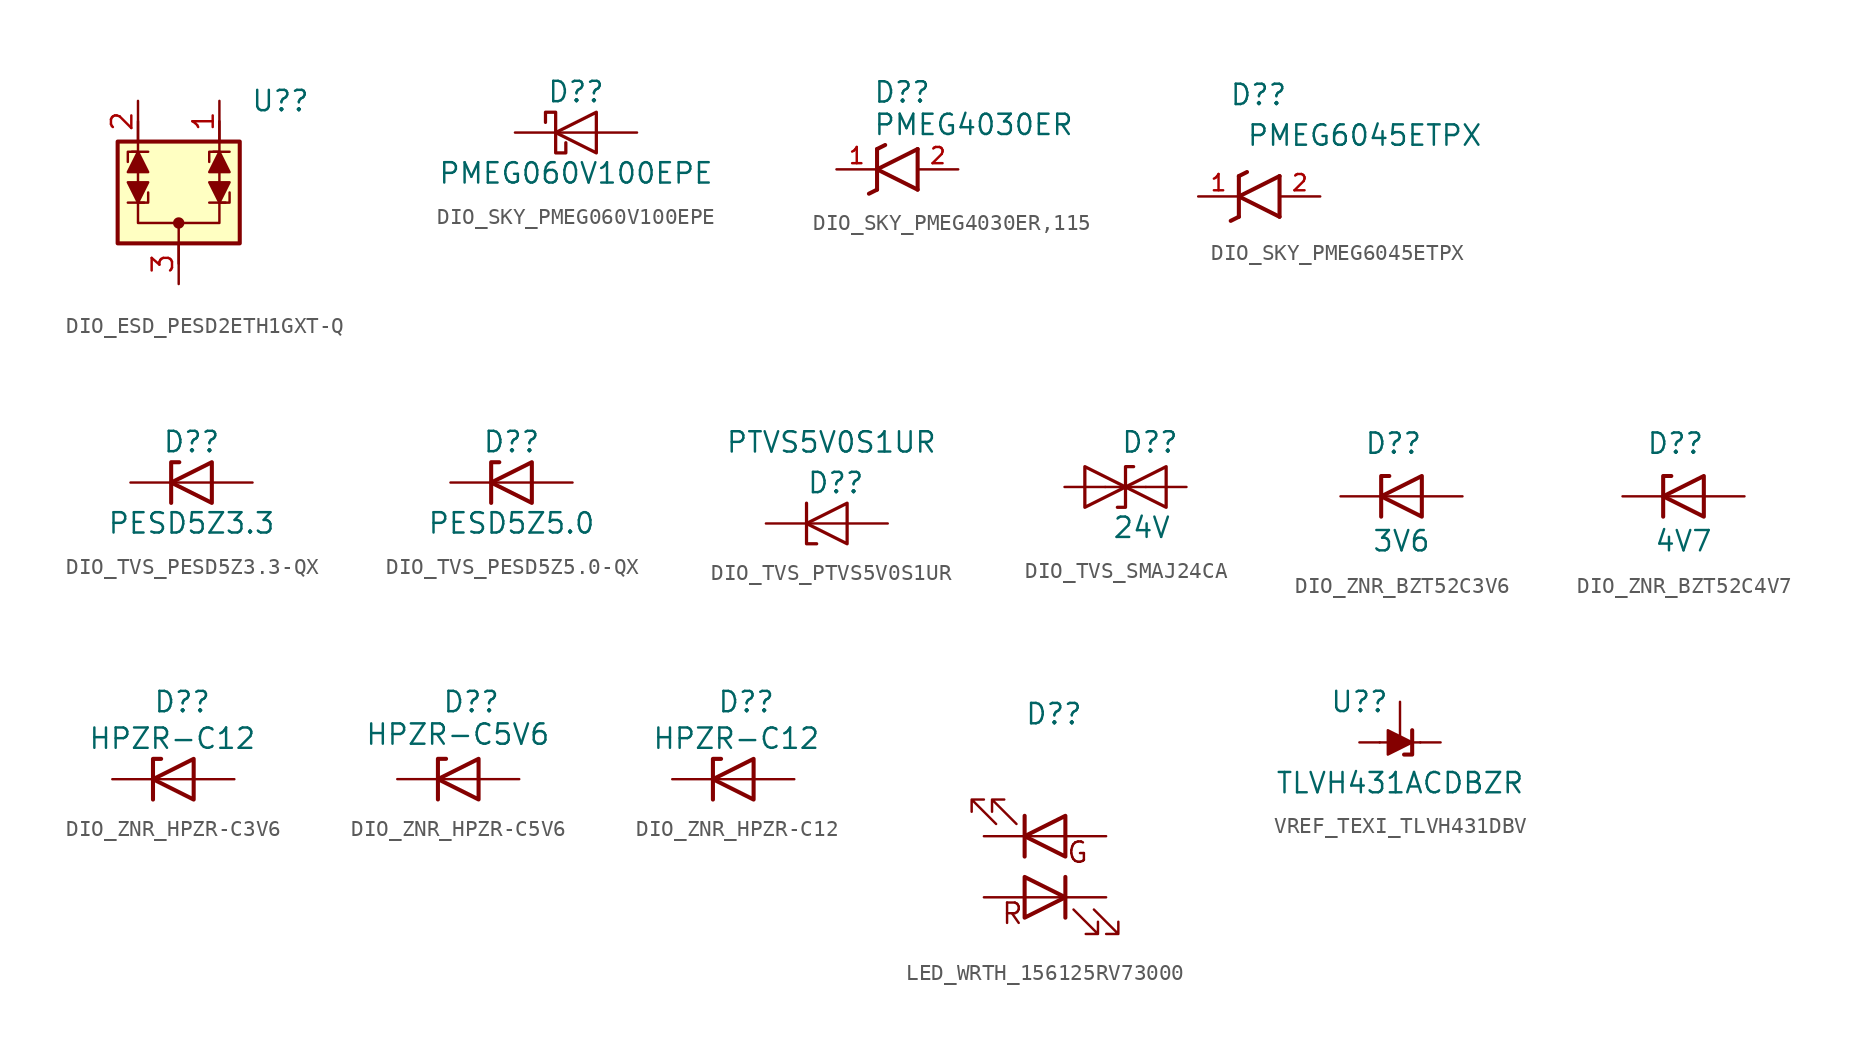
<source format=kicad_sym>
(kicad_symbol_lib
  (version 20231120)
  (generator "kicad_symbol_editor")
  (generator_version "8.0")
  (symbol "DIO_ESD_PESD2ETH1GXT-Q"
    (property "Reference" "U?"
      (at 6.35 6.35 0)
      (effects (font (size 1.27 1.27))))
    (property "Value" ""
      (at 0 0 0)
      (effects (font (size 1.27 1.27))))
    (symbol "DIO_ESD_PESD2ETH1GXT-Q_0_1"
      (rectangle (start -3.81 3.81) (end 3.81 -2.54) (stroke (width 0.254) (type default)) (fill (type background)))
      (circle (center 0 -1.27) (radius 0.279) (stroke (width 0) (type default)) (fill (type outline)))
      (polyline (pts (xy -3.175 0) (xy -2.159 0)) (stroke (width 0) (type default)) (fill (type none)))
      (polyline (pts (xy -1.905 3.175) (xy -2.921 3.175)) (stroke (width 0) (type default)) (fill (type none)))
      (polyline (pts (xy 0 -3.81) (xy 0 -1.27)) (stroke (width 0) (type default)) (fill (type none)))
      (polyline (pts (xy 1.905 0) (xy 2.921 0)) (stroke (width 0) (type default)) (fill (type none)))
      (polyline (pts (xy 3.175 3.175) (xy 2.159 3.175)) (stroke (width 0) (type default)) (fill (type none)))
      (polyline (pts (xy -2.54 0) (xy -1.905 0) (xy -1.905 0.635)) (stroke (width 0) (type default)) (fill (type none)))
      (polyline (pts (xy -2.54 3.175) (xy -3.175 3.175) (xy -3.175 2.54)) (stroke (width 0) (type default)) (fill (type none)))
      (polyline (pts (xy 2.54 0) (xy 3.175 0) (xy 3.175 0.635)) (stroke (width 0) (type default)) (fill (type none)))
      (polyline (pts (xy 2.54 3.175) (xy 1.905 3.175) (xy 1.905 2.54)) (stroke (width 0) (type default)) (fill (type none)))
      (polyline (pts (xy -2.54 5.08) (xy -2.54 -1.27) (xy 2.54 -1.27) (xy 2.54 5.08)) (stroke (width 0) (type default)) (fill (type none))))
    (symbol "DIO_ESD_PESD2ETH1GXT-Q_1_1"
      (polyline (pts (xy -3.175 1.27) (xy -1.905 1.27) (xy -2.54 0) (xy -3.175 1.27)) (stroke (width 0) (type default)) (fill (type outline)))
      (polyline (pts (xy -1.905 1.905) (xy -3.175 1.905) (xy -2.54 3.175) (xy -1.905 1.905)) (stroke (width 0) (type default)) (fill (type outline)))
      (polyline (pts (xy 1.905 1.27) (xy 3.175 1.27) (xy 2.54 0) (xy 1.905 1.27)) (stroke (width 0) (type default)) (fill (type outline)))
      (polyline (pts (xy 3.175 1.905) (xy 1.905 1.905) (xy 2.54 3.175) (xy 3.175 1.905)) (stroke (width 0) (type default)) (fill (type outline)))
      (pin passive line (at 2.54 6.35 270) (length 2.54) (name "" (effects (font (size 1.27 1.27)))) (number "1" (effects (font (size 1.27 1.27)))))
      (pin passive line (at -2.54 6.35 270) (length 2.54) (name "" (effects (font (size 1.27 1.27)))) (number "2" (effects (font (size 1.27 1.27)))))
      (pin passive line (at 0 -5.08 90) (length 2.54) (name "" (effects (font (size 1.27 1.27)))) (number "3" (effects (font (size 1.27 1.27)))))))
  (symbol "DIO_SKY_PMEG060V100EPE"
    (pin_numbers hide)
    (pin_names hide)
    (property "Reference" "D?"
      (at 0 2.54 0)
      (effects (font (size 1.27 1.27))))
    (property "Value" "PMEG060V100EPE"
      (at 0 -2.54 0)
      (effects (font (size 1.27 1.27))))
    (symbol "DIO_SKY_PMEG060V100EPE_0_1"
      (polyline (pts (xy 1.27 0) (xy -1.27 0)) (stroke (width 0) (type default)) (fill (type none)))
      (polyline (pts (xy 1.27 1.27) (xy 1.27 -1.27) (xy -1.27 0) (xy 1.27 1.27)) (stroke (width 0.203) (type default)) (fill (type none)))
      (polyline (pts (xy -1.905 0.635) (xy -1.905 1.27) (xy -1.27 1.27) (xy -1.27 -1.27) (xy -0.635 -1.27) (xy -0.635 -0.635)) (stroke (width 0.203) (type default)) (fill (type none))))
    (symbol "DIO_SKY_PMEG060V100EPE_1_1"
      (pin passive line (at 3.81 0 180) (length 2.54) (name "A" (effects (font (size 1.27 1.27)))) (number "1" (effects (font (size 1.27 1.27)))))
      (pin passive line (at 3.81 0 180) (length 2.54) hide (name "A" (effects (font (size 1.27 1.27)))) (number "2" (effects (font (size 1.27 1.27)))))
      (pin passive line (at -3.81 0 0) (length 2.54) (name "K" (effects (font (size 1.27 1.27)))) (number "3" (effects (font (size 1.27 1.27)))))))
  (symbol "DIO_SKY_PMEG4030ER,115"
    (pin_names
      (offset 1.016))
    (property "Reference" "D?"
      (at -1.524 4.826 0)
      (effects (font (size 1.27 1.27)) (justify left)))
    (property "Value" "PMEG4030ER"
      (at -1.524 2.794 0)
      (effects (font (size 1.27 1.27)) (justify left)))
    (symbol "DIO_SKY_PMEG4030ER,115_0_0"
      (polyline (pts (xy -1.27 -1.27) (xy -1.778 -1.524)) (stroke (width 0.254) (type default)) (fill (type none)))
      (polyline (pts (xy -1.27 -1.27) (xy -1.27 0)) (stroke (width 0.254) (type default)) (fill (type none)))
      (polyline (pts (xy -1.27 0) (xy -1.27 1.27)) (stroke (width 0.254) (type default)) (fill (type none)))
      (polyline (pts (xy -1.27 0) (xy 1.27 -1.27)) (stroke (width 0.254) (type default)) (fill (type none)))
      (polyline (pts (xy -1.27 1.27) (xy -0.762 1.524)) (stroke (width 0.254) (type default)) (fill (type none)))
      (polyline (pts (xy 1.27 -1.27) (xy 1.27 1.27)) (stroke (width 0.254) (type default)) (fill (type none)))
      (polyline (pts (xy 1.27 1.27) (xy -1.27 0)) (stroke (width 0.254) (type default)) (fill (type none))))
    (symbol "DIO_SKY_PMEG4030ER,115_1_0"
      (pin passive line (at -3.81 0 0) (length 2.54) (name "~" (effects (font (size 1.016 1.016)))) (number "1" (effects (font (size 1.016 1.016)))))
      (pin passive line (at 3.81 0 180) (length 2.54) (name "~" (effects (font (size 1.016 1.016)))) (number "2" (effects (font (size 1.016 1.016)))) (alternate "2" passive line))))
  (symbol "DIO_SKY_PMEG6045ETPX"
    (pin_names
      (offset 1.016))
    (property "Reference" "D?"
      (at 1.778 6.35 0)
      (effects (font (size 1.27 1.27)) (justify right)))
    (property "Value" "PMEG6045ETPX"
      (at 13.97 3.81 0)
      (effects (font (size 1.27 1.27)) (justify right)))
    (symbol "DIO_SKY_PMEG6045ETPX_0_0"
      (polyline (pts (xy -1.27 -1.27) (xy -1.778 -1.524)) (stroke (width 0.254) (type default)) (fill (type none)))
      (polyline (pts (xy -1.27 -1.27) (xy -1.27 0)) (stroke (width 0.254) (type default)) (fill (type none)))
      (polyline (pts (xy -1.27 0) (xy -1.27 1.27)) (stroke (width 0.254) (type default)) (fill (type none)))
      (polyline (pts (xy -1.27 0) (xy 1.27 -1.27)) (stroke (width 0.254) (type default)) (fill (type none)))
      (polyline (pts (xy -1.27 1.27) (xy -0.762 1.524)) (stroke (width 0.254) (type default)) (fill (type none)))
      (polyline (pts (xy 1.27 -1.27) (xy 1.27 1.27)) (stroke (width 0.254) (type default)) (fill (type none)))
      (polyline (pts (xy 1.27 1.27) (xy -1.27 0)) (stroke (width 0.254) (type default)) (fill (type none))))
    (symbol "DIO_SKY_PMEG6045ETPX_1_0"
      (pin passive line (at -3.81 0 0) (length 2.54) (name "~" (effects (font (size 1.016 1.016)))) (number "1" (effects (font (size 1.016 1.016)))))
      (pin passive line (at 3.81 0 180) (length 2.54) (name "~" (effects (font (size 1.016 1.016)))) (number "2" (effects (font (size 1.016 1.016)))))))
  (symbol "DIO_TVS_PESD5Z3.3-QX"
    (pin_numbers hide)
    (pin_names hide)
    (property "Reference" "D?"
      (at 0 2.54 0)
      (effects (font (size 1.27 1.27))))
    (property "Value" "PESD5Z3.3"
      (at 0 -2.54 0)
      (effects (font (size 1.27 1.27))))
    (symbol "DIO_TVS_PESD5Z3.3-QX_0_1"
      (polyline (pts (xy 1.27 0) (xy -1.27 0)) (stroke (width 0) (type default)) (fill (type none)))
      (polyline (pts (xy -1.27 -1.27) (xy -1.27 1.27) (xy -0.762 1.27)) (stroke (width 0.254) (type default)) (fill (type none)))
      (polyline (pts (xy 1.27 -1.27) (xy 1.27 1.27) (xy -1.27 0) (xy 1.27 -1.27)) (stroke (width 0.254) (type default)) (fill (type none))))
    (symbol "DIO_TVS_PESD5Z3.3-QX_1_1"
      (pin passive line (at -3.81 0 0) (length 2.54) (name "K" (effects (font (size 1.27 1.27)))) (number "1" (effects (font (size 1.27 1.27)))))
      (pin passive line (at 3.81 0 180) (length 2.54) (name "A" (effects (font (size 1.27 1.27)))) (number "2" (effects (font (size 1.27 1.27)))))))
  (symbol "DIO_TVS_PESD5Z5.0-QX"
    (pin_numbers hide)
    (pin_names hide)
    (property "Reference" "D?"
      (at 0 2.54 0)
      (effects (font (size 1.27 1.27))))
    (property "Value" "PESD5Z5.0"
      (at 0 -2.54 0)
      (effects (font (size 1.27 1.27))))
    (symbol "DIO_TVS_PESD5Z5.0-QX_0_1"
      (polyline (pts (xy 1.27 0) (xy -1.27 0)) (stroke (width 0) (type default)) (fill (type none)))
      (polyline (pts (xy -1.27 -1.27) (xy -1.27 1.27) (xy -0.762 1.27)) (stroke (width 0.254) (type default)) (fill (type none)))
      (polyline (pts (xy 1.27 -1.27) (xy 1.27 1.27) (xy -1.27 0) (xy 1.27 -1.27)) (stroke (width 0.254) (type default)) (fill (type none))))
    (symbol "DIO_TVS_PESD5Z5.0-QX_1_1"
      (pin passive line (at -3.81 0 0) (length 2.54) (name "K" (effects (font (size 1.27 1.27)))) (number "1" (effects (font (size 1.27 1.27)))))
      (pin passive line (at 3.81 0 180) (length 2.54) (name "A" (effects (font (size 1.27 1.27)))) (number "2" (effects (font (size 1.27 1.27)))))))
  (symbol "DIO_TVS_PTVS5V0S1UR"
    (pin_numbers hide)
    (pin_names hide)
    (property "Reference" "D?"
      (at -1.27 2.54 0)
      (effects (font (size 1.27 1.27)) (justify left)))
    (property "Value" "PTVS5V0S1UR"
      (at -6.35 5.08 0)
      (effects (font (size 1.27 1.27)) (justify left)))
    (symbol "DIO_TVS_PTVS5V0S1UR_0_1"
      (polyline (pts (xy 1.27 0) (xy -1.27 0)) (stroke (width 0) (type default)) (fill (type none)))
      (polyline (pts (xy 1.27 1.27) (xy 1.27 -1.27) (xy -1.27 0) (xy 1.27 1.27)) (stroke (width 0.203) (type default)) (fill (type none)))
      (polyline (pts (xy -1.27 1.27) (xy -1.27 0) (xy -1.27 1.27) (xy -1.27 -1.27) (xy -0.635 -1.27) (xy -1.27 -1.27)) (stroke (width 0.203) (type default)) (fill (type none))))
    (symbol "DIO_TVS_PTVS5V0S1UR_1_1"
      (pin passive line (at -3.81 0 0) (length 2.54) (name "K" (effects (font (size 1.27 1.27)))) (number "1" (effects (font (size 1.27 1.27)))))
      (pin passive line (at 3.81 0 180) (length 2.54) (name "A" (effects (font (size 1.27 1.27)))) (number "2" (effects (font (size 1.27 1.27)))))))
  (symbol "DIO_TVS_SMAJ24CA"
    (pin_numbers hide)
    (pin_names hide)
    (property "Reference" "D?"
      (at 1.524 2.794 0)
      (effects (font (size 1.27 1.27))))
    (property "Value" "24V"
      (at 1.016 -2.54 0)
      (effects (font (size 1.27 1.27))))
    (symbol "DIO_TVS_SMAJ24CA_0_1"
      (polyline (pts (xy 1.27 0) (xy -1.27 0)) (stroke (width 0) (type default)) (fill (type none)))
      (polyline (pts (xy -2.54 -1.27) (xy 0 0) (xy -2.54 1.27) (xy -2.54 -1.27)) (stroke (width 0.203) (type default)) (fill (type none)))
      (polyline (pts (xy 0.508 1.27) (xy 0 1.27) (xy 0 -1.27) (xy -0.508 -1.27)) (stroke (width 0.203) (type default)) (fill (type none)))
      (polyline (pts (xy 2.54 1.27) (xy 2.54 -1.27) (xy 0 0) (xy 2.54 1.27)) (stroke (width 0.203) (type default)) (fill (type none))))
    (symbol "DIO_TVS_SMAJ24CA_1_1"
      (pin passive line (at -3.81 0 0) (length 2.54) (name "A1" (effects (font (size 1.27 1.27)))) (number "1" (effects (font (size 1.27 1.27)))))
      (pin passive line (at 3.81 0 180) (length 2.54) (name "A2" (effects (font (size 1.27 1.27)))) (number "2" (effects (font (size 1.27 1.27)))))))
  (symbol "DIO_ZNR_BZT52C3V6"
    (pin_numbers hide)
    (pin_names hide)
    (property "Reference" "D?"
      (at -0.508 3.302 0)
      (effects (font (size 1.27 1.27))))
    (property "Value" "3V6"
      (at 0 -2.794 0)
      (effects (font (size 1.27 1.27))))
    (symbol "DIO_ZNR_BZT52C3V6_0_1"
      (polyline (pts (xy 1.27 0) (xy -1.27 0)) (stroke (width 0) (type default)) (fill (type none)))
      (polyline (pts (xy -1.27 -1.27) (xy -1.27 1.27) (xy -0.762 1.27)) (stroke (width 0.254) (type default)) (fill (type none)))
      (polyline (pts (xy 1.27 -1.27) (xy 1.27 1.27) (xy -1.27 0) (xy 1.27 -1.27)) (stroke (width 0.254) (type default)) (fill (type none))))
    (symbol "DIO_ZNR_BZT52C3V6_1_1"
      (pin passive line (at -3.81 0 0) (length 2.54) (name "K" (effects (font (size 1.27 1.27)))) (number "1" (effects (font (size 1.27 1.27)))))
      (pin passive line (at 3.81 0 180) (length 2.54) (name "A" (effects (font (size 1.27 1.27)))) (number "2" (effects (font (size 1.27 1.27)))))))
  (symbol "DIO_ZNR_BZT52C4V7"
    (pin_numbers hide)
    (pin_names hide)
    (property "Reference" "D?"
      (at -0.508 3.302 0)
      (effects (font (size 1.27 1.27))))
    (property "Value" "4V7"
      (at 0 -2.794 0)
      (effects (font (size 1.27 1.27))))
    (symbol "DIO_ZNR_BZT52C4V7_0_1"
      (polyline (pts (xy 1.27 0) (xy -1.27 0)) (stroke (width 0) (type default)) (fill (type none)))
      (polyline (pts (xy -1.27 -1.27) (xy -1.27 1.27) (xy -0.762 1.27)) (stroke (width 0.254) (type default)) (fill (type none)))
      (polyline (pts (xy 1.27 -1.27) (xy 1.27 1.27) (xy -1.27 0) (xy 1.27 -1.27)) (stroke (width 0.254) (type default)) (fill (type none))))
    (symbol "DIO_ZNR_BZT52C4V7_1_1"
      (pin passive line (at -3.81 0 0) (length 2.54) (name "K" (effects (font (size 1.27 1.27)))) (number "1" (effects (font (size 1.27 1.27)))))
      (pin passive line (at 3.81 0 180) (length 2.54) (name "A" (effects (font (size 1.27 1.27)))) (number "2" (effects (font (size 1.27 1.27)))))))
  (symbol "DIO_ZNR_HPZR-C3V6"
    (pin_numbers hide)
    (pin_names hide)
    (property "Reference" "D?"
      (at -1.27 4.826 0)
      (effects (font (size 1.27 1.27)) (justify left)))
    (property "Value" "HPZR-C12"
      (at -5.334 2.54 0)
      (effects (font (size 1.27 1.27)) (justify left)))
    (symbol "DIO_ZNR_HPZR-C3V6_0_1"
      (polyline (pts (xy 1.27 0) (xy -1.27 0)) (stroke (width 0) (type default)) (fill (type none)))
      (polyline (pts (xy -1.27 -1.27) (xy -1.27 1.27) (xy -0.762 1.27)) (stroke (width 0.254) (type default)) (fill (type none)))
      (polyline (pts (xy 1.27 -1.27) (xy 1.27 1.27) (xy -1.27 0) (xy 1.27 -1.27)) (stroke (width 0.254) (type default)) (fill (type none))))
    (symbol "DIO_ZNR_HPZR-C3V6_1_1"
      (pin passive line (at -3.81 0 0) (length 2.54) (name "K" (effects (font (size 1.27 1.27)))) (number "1" (effects (font (size 1.27 1.27)))))
      (pin passive line (at 3.81 0 180) (length 2.54) (name "A" (effects (font (size 1.27 1.27)))) (number "2" (effects (font (size 1.27 1.27)))))))
  (symbol "DIO_ZNR_HPZR-C5V6"
    (pin_numbers hide)
    (pin_names hide)
    (property "Reference" "D?"
      (at -1.016 4.826 0)
      (effects (font (size 1.27 1.27)) (justify left)))
    (property "Value" "HPZR-C5V6"
      (at -5.842 2.794 0)
      (effects (font (size 1.27 1.27)) (justify left)))
    (symbol "DIO_ZNR_HPZR-C5V6_0_1"
      (polyline (pts (xy 1.27 0) (xy -1.27 0)) (stroke (width 0) (type default)) (fill (type none)))
      (polyline (pts (xy -1.27 -1.27) (xy -1.27 1.27) (xy -0.762 1.27)) (stroke (width 0.254) (type default)) (fill (type none)))
      (polyline (pts (xy 1.27 -1.27) (xy 1.27 1.27) (xy -1.27 0) (xy 1.27 -1.27)) (stroke (width 0.254) (type default)) (fill (type none))))
    (symbol "DIO_ZNR_HPZR-C5V6_1_1"
      (pin passive line (at -3.81 0 0) (length 2.54) (name "K" (effects (font (size 1.27 1.27)))) (number "1" (effects (font (size 1.27 1.27)))))
      (pin passive line (at 3.81 0 180) (length 2.54) (name "A" (effects (font (size 1.27 1.27)))) (number "2" (effects (font (size 1.27 1.27)))))))
  (symbol "DIO_ZNR_HPZR-C12"
    (pin_numbers hide)
    (pin_names hide)
    (property "Reference" "D?"
      (at -1.016 4.826 0)
      (effects (font (size 1.27 1.27)) (justify left)))
    (property "Value" "HPZR-C12"
      (at -5.08 2.54 0)
      (effects (font (size 1.27 1.27)) (justify left)))
    (symbol "DIO_ZNR_HPZR-C12_0_1"
      (polyline (pts (xy 1.27 0) (xy -1.27 0)) (stroke (width 0) (type default)) (fill (type none)))
      (polyline (pts (xy -1.27 -1.27) (xy -1.27 1.27) (xy -0.762 1.27)) (stroke (width 0.254) (type default)) (fill (type none)))
      (polyline (pts (xy 1.27 -1.27) (xy 1.27 1.27) (xy -1.27 0) (xy 1.27 -1.27)) (stroke (width 0.254) (type default)) (fill (type none))))
    (symbol "DIO_ZNR_HPZR-C12_1_1"
      (pin passive line (at -3.81 0 0) (length 2.54) (name "K" (effects (font (size 1.27 1.27)))) (number "1" (effects (font (size 1.27 1.27)))))
      (pin passive line (at 3.81 0 180) (length 2.54) (name "A" (effects (font (size 1.27 1.27)))) (number "2" (effects (font (size 1.27 1.27)))))))
  (symbol "LED_WRTH_156125RV73000"
    (pin_numbers hide)
    (pin_names
      (offset 1.016) hide)
    (property "Reference" "D?"
      (at -1.27 7.62 0)
      (effects (font (size 1.27 1.27)) (justify left)))
    (symbol "LED_WRTH_156125RV73000_0_1"
      (polyline (pts (xy -1.27 0) (xy 1.27 0)) (stroke (width 0) (type default)) (fill (type none)))
      (polyline (pts (xy -1.27 1.27) (xy -1.27 -1.27)) (stroke (width 0.254) (type default)) (fill (type none)))
      (polyline (pts (xy 1.27 -5.08) (xy 1.27 -2.54)) (stroke (width 0.254) (type default)) (fill (type none)))
      (polyline (pts (xy 1.27 -3.81) (xy -1.27 -3.81)) (stroke (width 0) (type default)) (fill (type none)))
      (polyline (pts (xy -1.27 -5.08) (xy -1.27 -2.54) (xy 1.27 -3.81) (xy -1.27 -5.08)) (stroke (width 0.254) (type default)) (fill (type none)))
      (polyline (pts (xy 1.27 1.27) (xy 1.27 -1.27) (xy -1.27 0) (xy 1.27 1.27)) (stroke (width 0.254) (type default)) (fill (type none)))
      (polyline (pts (xy -3.048 0.762) (xy -4.572 2.286) (xy -3.81 2.286) (xy -4.572 2.286) (xy -4.572 1.524)) (stroke (width 0) (type default)) (fill (type none)))
      (polyline (pts (xy -1.778 0.762) (xy -3.302 2.286) (xy -2.54 2.286) (xy -3.302 2.286) (xy -3.302 1.524)) (stroke (width 0) (type default)) (fill (type none)))
      (polyline (pts (xy 1.778 -4.572) (xy 3.302 -6.096) (xy 2.54 -6.096) (xy 3.302 -6.096) (xy 3.302 -5.334)) (stroke (width 0) (type default)) (fill (type none)))
      (polyline (pts (xy 3.048 -4.572) (xy 4.572 -6.096) (xy 3.81 -6.096) (xy 4.572 -6.096) (xy 4.572 -5.334)) (stroke (width 0) (type default)) (fill (type none))))
    (symbol "LED_WRTH_156125RV73000_1_1"
      (text "G" (at 2.032 -1.016 0) (effects (font (size 1.27 1.27))))
      (text "R" (at -2.032 -4.826 0) (effects (font (size 1.27 1.27))))
      (pin passive line (at -3.81 0 0) (length 2.54) (name "K" (effects (font (size 1.27 1.27)))) (number "1" (effects (font (size 1.27 1.27)))))
      (pin passive line (at 3.81 -3.81 180) (length 2.54) (name "K" (effects (font (size 1.27 1.27)))) (number "2" (effects (font (size 1.27 1.27)))))
      (pin passive line (at -3.81 -3.81 0) (length 2.54) (name "A" (effects (font (size 1.27 1.27)))) (number "3" (effects (font (size 1.27 1.27)))))
      (pin passive line (at 3.81 0 180) (length 2.54) (name "A" (effects (font (size 1.27 1.27)))) (number "4" (effects (font (size 1.27 1.27)))))))
  (symbol "VREF_TEXI_TLVH431DBV"
    (pin_numbers hide)
    (pin_names hide)
    (property "Reference" "U?"
      (at -2.54 2.54 0)
      (effects (font (size 1.27 1.27))))
    (property "Value" "TLVH431ACDBZR"
      (at 0 -2.54 0)
      (effects (font (size 1.27 1.27))))
    (symbol "VREF_TEXI_TLVH431DBV_0_1"
      (polyline (pts (xy -1.27 0) (xy 0 0) (xy 1.27 0)) (stroke (width 0) (type default)) (fill (type none)))
      (polyline (pts (xy -0.762 -0.762) (xy -0.762 0.762) (xy 0.762 0) (xy -0.762 -0.762)) (stroke (width 0) (type default)) (fill (type outline)))
      (polyline (pts (xy 0.254 -0.762) (xy 0.762 -0.762) (xy 0.762 0.762) (xy 0.762 0.762)) (stroke (width 0.254) (type default)) (fill (type none))))
    (symbol "VREF_TEXI_TLVH431DBV_1_1"
      (pin passive line (at 2.54 0 180) (length 1.27) (name "K" (effects (font (size 1.27 1.27)))) (number "1" (effects (font (size 1.27 1.27)))))
      (pin passive line (at 0 2.54 270) (length 2.54) (name "REF" (effects (font (size 1.27 1.27)))) (number "2" (effects (font (size 1.27 1.27)))))
      (pin passive line (at -2.54 0 0) (length 1.27) (name "A" (effects (font (size 1.27 1.27)))) (number "3" (effects (font (size 1.27 1.27))))))))
</source>
